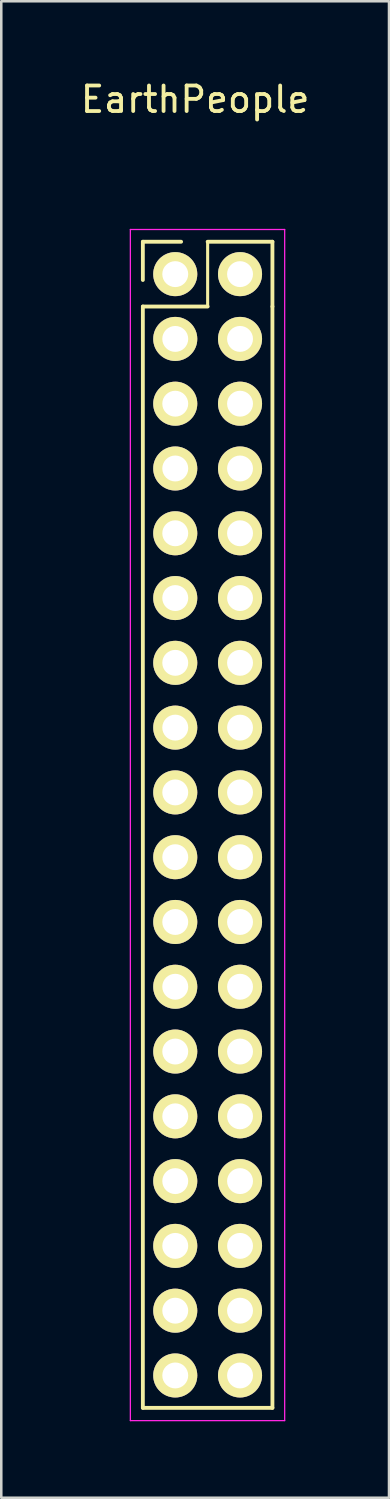
<source format=kicad_pcb>
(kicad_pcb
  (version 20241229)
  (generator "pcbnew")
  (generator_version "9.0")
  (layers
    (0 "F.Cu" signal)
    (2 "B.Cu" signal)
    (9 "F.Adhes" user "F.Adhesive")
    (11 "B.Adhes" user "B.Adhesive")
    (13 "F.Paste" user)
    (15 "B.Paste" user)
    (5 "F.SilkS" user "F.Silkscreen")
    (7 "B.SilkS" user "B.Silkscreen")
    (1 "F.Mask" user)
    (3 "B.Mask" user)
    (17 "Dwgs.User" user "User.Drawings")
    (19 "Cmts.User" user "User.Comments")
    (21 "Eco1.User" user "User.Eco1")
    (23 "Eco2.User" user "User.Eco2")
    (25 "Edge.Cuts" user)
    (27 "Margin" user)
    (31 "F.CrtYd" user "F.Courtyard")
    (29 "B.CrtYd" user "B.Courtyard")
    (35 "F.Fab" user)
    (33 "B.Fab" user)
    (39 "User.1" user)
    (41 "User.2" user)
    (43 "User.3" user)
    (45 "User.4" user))
  (footprint "EarthPeople"
    (layer "F.Cu")
    (at 3.821 7.698)
    (property "Reference" "EarthPeople" (at 0.78 -6.85 0) (layer "F.SilkS") (effects (font (size 1 1) (thickness 0.15))))
    (attr through_hole)
    (fp_line (start -1.27 0.23) (end -1.27 -1.27) (stroke (width 0.15) (type solid)) (layer "F.SilkS"))
    (fp_line (start -1.27 1.27) (end -1.27 44.45) (stroke (width 0.15) (type solid)) (layer "F.SilkS"))
    (fp_line (start -1.27 44.45) (end 3.81 44.45) (stroke (width 0.15) (type solid)) (layer "F.SilkS"))
    (fp_line (start 0.23 -1.27) (end -1.27 -1.27) (stroke (width 0.15) (type solid)) (layer "F.SilkS"))
    (fp_line (start 1.27 -1.27) (end 1.27 1.27) (stroke (width 0.12) (type solid)) (layer "F.SilkS"))
    (fp_line (start 1.27 1.27) (end -1.27 1.27) (stroke (width 0.15) (type solid)) (layer "F.SilkS"))
    (fp_line (start 3.81 -1.27) (end 1.27 -1.27) (stroke (width 0.15) (type solid)) (layer "F.SilkS"))
    (fp_line (start 3.81 -1.27) (end 3.81 1.27) (stroke (width 0.15) (type solid)) (layer "F.SilkS"))
    (fp_line (start 3.81 44.45) (end 3.81 1.27) (stroke (width 0.15) (type solid)) (layer "F.SilkS"))
    (fp_line (start -1.76 -1.75) (end -1.76 44.95) (stroke (width 0.05) (type solid)) (layer "F.CrtYd"))
    (fp_line (start 4.29 -1.75) (end -1.76 -1.75) (stroke (width 0.05) (type solid)) (layer "F.CrtYd"))
    (fp_line (start 4.29 -1.75) (end 4.29 44.95) (stroke (width 0.05) (type solid)) (layer "F.CrtYd"))
    (fp_line (start 4.29 44.95) (end -1.76 44.95) (stroke (width 0.05) (type solid)) (layer "F.CrtYd"))
    (pad "1" thru_hole oval (at 0 0 270) (size 1.727 1.727) (drill 1.016) (layers "*.Cu" "*.Mask" "F.SilkS"))
    (pad "2" thru_hole circle (at 2.54 0 270) (size 1.727 1.727) (drill 1.016) (layers "*.Cu" "*.Mask" "F.SilkS"))
    (pad "3" thru_hole oval (at 0 2.54 270) (size 1.727 1.727) (drill 1.016) (layers "*.Cu" "*.Mask" "F.SilkS"))
    (pad "4" thru_hole oval (at 2.54 2.54 270) (size 1.727 1.727) (drill 1.016) (layers "*.Cu" "*.Mask" "F.SilkS"))
    (pad "5" thru_hole oval (at 0 5.08 270) (size 1.727 1.727) (drill 1.016) (layers "*.Cu" "*.Mask" "F.SilkS"))
    (pad "6" thru_hole oval (at 2.54 5.08 270) (size 1.727 1.727) (drill 1.016) (layers "*.Cu" "*.Mask" "F.SilkS"))
    (pad "7" thru_hole oval (at 0 7.62 270) (size 1.727 1.727) (drill 1.016) (layers "*.Cu" "*.Mask" "F.SilkS"))
    (pad "8" thru_hole oval (at 2.54 7.62 270) (size 1.727 1.727) (drill 1.016) (layers "*.Cu" "*.Mask" "F.SilkS"))
    (pad "9" thru_hole oval (at 0 10.16 270) (size 1.727 1.727) (drill 1.016) (layers "*.Cu" "*.Mask" "F.SilkS"))
    (pad "10" thru_hole oval (at 2.54 10.16 270) (size 1.727 1.727) (drill 1.016) (layers "*.Cu" "*.Mask" "F.SilkS"))
    (pad "11" thru_hole oval (at 0 12.7 270) (size 1.727 1.727) (drill 1.016) (layers "*.Cu" "*.Mask" "F.SilkS"))
    (pad "12" thru_hole oval (at 2.54 12.7 270) (size 1.727 1.727) (drill 1.016) (layers "*.Cu" "*.Mask" "F.SilkS"))
    (pad "13" thru_hole oval (at 0 15.24 270) (size 1.727 1.727) (drill 1.016) (layers "*.Cu" "*.Mask" "F.SilkS"))
    (pad "14" thru_hole oval (at 2.54 15.24 270) (size 1.727 1.727) (drill 1.016) (layers "*.Cu" "*.Mask" "F.SilkS"))
    (pad "15" thru_hole oval (at 0 17.78 270) (size 1.727 1.727) (drill 1.016) (layers "*.Cu" "*.Mask" "F.SilkS"))
    (pad "16" thru_hole oval (at 2.54 17.78 270) (size 1.727 1.727) (drill 1.016) (layers "*.Cu" "*.Mask" "F.SilkS"))
    (pad "17" thru_hole oval (at 0 20.32 270) (size 1.727 1.727) (drill 1.016) (layers "*.Cu" "*.Mask" "F.SilkS"))
    (pad "18" thru_hole oval (at 2.54 20.32 270) (size 1.727 1.727) (drill 1.016) (layers "*.Cu" "*.Mask" "F.SilkS"))
    (pad "19" thru_hole oval (at 0 22.86 270) (size 1.727 1.727) (drill 1.016) (layers "*.Cu" "*.Mask" "F.SilkS"))
    (pad "20" thru_hole oval (at 2.54 22.86 270) (size 1.727 1.727) (drill 1.016) (layers "*.Cu" "*.Mask" "F.SilkS"))
    (pad "21" thru_hole oval (at 0 25.4 270) (size 1.727 1.727) (drill 1.016) (layers "*.Cu" "*.Mask" "F.SilkS"))
    (pad "22" thru_hole oval (at 2.54 25.4 270) (size 1.727 1.727) (drill 1.016) (layers "*.Cu" "*.Mask" "F.SilkS"))
    (pad "23" thru_hole oval (at 0 27.94 270) (size 1.727 1.727) (drill 1.016) (layers "*.Cu" "*.Mask" "F.SilkS"))
    (pad "24" thru_hole oval (at 2.54 27.94 270) (size 1.727 1.727) (drill 1.016) (layers "*.Cu" "*.Mask" "F.SilkS"))
    (pad "25" thru_hole oval (at 0 30.48 270) (size 1.727 1.727) (drill 1.016) (layers "*.Cu" "*.Mask" "F.SilkS"))
    (pad "26" thru_hole oval (at 2.54 30.48 270) (size 1.727 1.727) (drill 1.016) (layers "*.Cu" "*.Mask" "F.SilkS"))
    (pad "27" thru_hole oval (at 0 33.02 270) (size 1.727 1.727) (drill 1.016) (layers "*.Cu" "*.Mask" "F.SilkS"))
    (pad "28" thru_hole oval (at 2.54 33.02 270) (size 1.727 1.727) (drill 1.016) (layers "*.Cu" "*.Mask" "F.SilkS"))
    (pad "29" thru_hole oval (at 0 35.56 270) (size 1.727 1.727) (drill 1.016) (layers "*.Cu" "*.Mask" "F.SilkS"))
    (pad "30" thru_hole oval (at 2.54 35.56 270) (size 1.727 1.727) (drill 1.016) (layers "*.Cu" "*.Mask" "F.SilkS"))
    (pad "31" thru_hole oval (at 0 38.1 270) (size 1.727 1.727) (drill 1.016) (layers "*.Cu" "*.Mask" "F.SilkS"))
    (pad "32" thru_hole oval (at 2.54 38.1 270) (size 1.727 1.727) (drill 1.016) (layers "*.Cu" "*.Mask" "F.SilkS"))
    (pad "33" thru_hole oval (at 0 40.64 270) (size 1.727 1.727) (drill 1.016) (layers "*.Cu" "*.Mask" "F.SilkS"))
    (pad "34" thru_hole oval (at 2.54 40.64 270) (size 1.727 1.727) (drill 1.016) (layers "*.Cu" "*.Mask" "F.SilkS"))
    (pad "35" thru_hole oval (at 0 43.18 270) (size 1.727 1.727) (drill 1.016) (layers "*.Cu" "*.Mask" "F.SilkS"))
    (pad "36" thru_hole oval (at 2.54 43.18 270) (size 1.727 1.727) (drill 1.016) (layers "*.Cu" "*.Mask" "F.SilkS")))
  (gr_rect
    (start -3 -3)
    (end 12.202 55.673)
    (stroke (width 0.1) (type default))
    (fill no)
    (layer "Edge.Cuts")))
</source>
